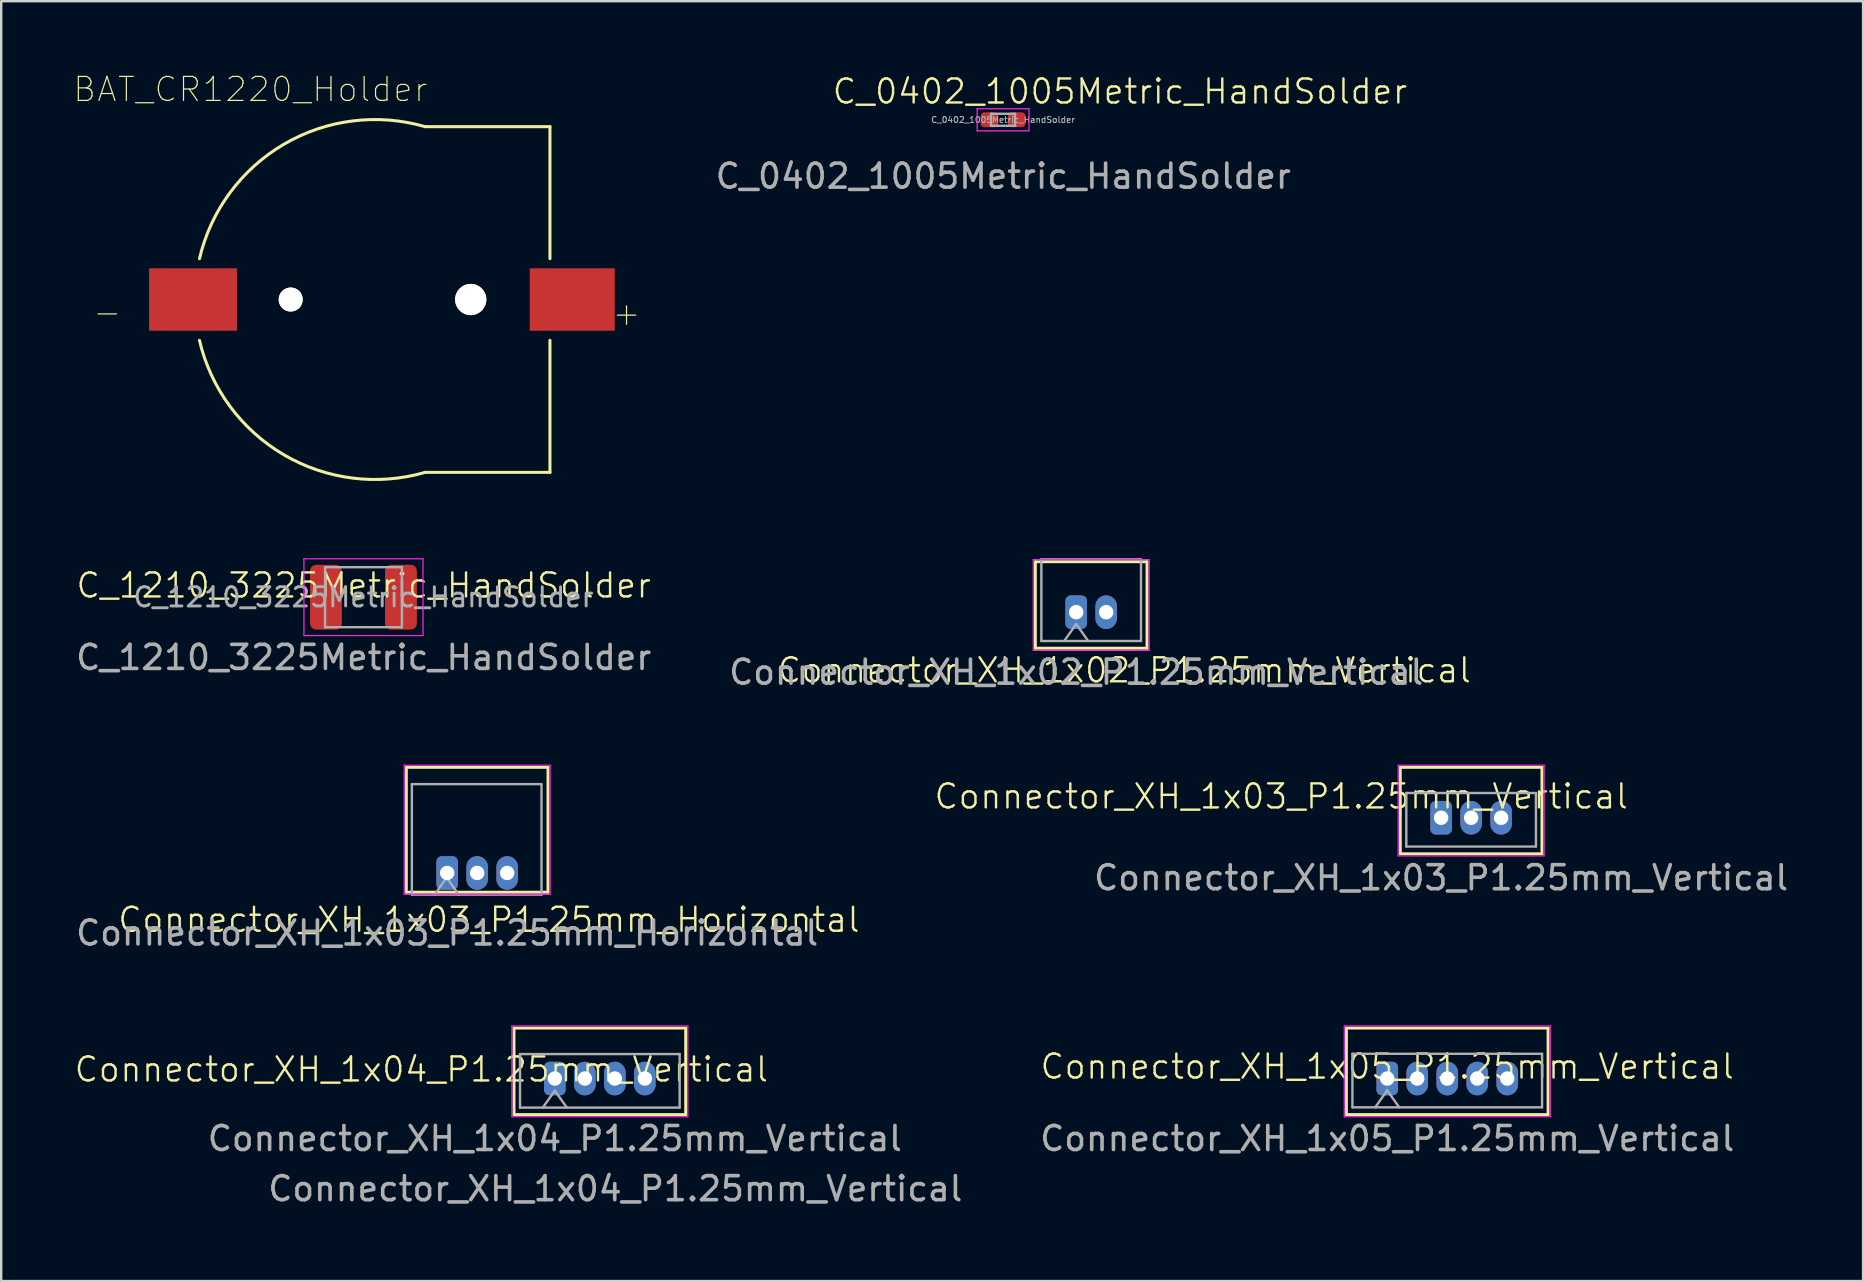
<source format=kicad_pcb>
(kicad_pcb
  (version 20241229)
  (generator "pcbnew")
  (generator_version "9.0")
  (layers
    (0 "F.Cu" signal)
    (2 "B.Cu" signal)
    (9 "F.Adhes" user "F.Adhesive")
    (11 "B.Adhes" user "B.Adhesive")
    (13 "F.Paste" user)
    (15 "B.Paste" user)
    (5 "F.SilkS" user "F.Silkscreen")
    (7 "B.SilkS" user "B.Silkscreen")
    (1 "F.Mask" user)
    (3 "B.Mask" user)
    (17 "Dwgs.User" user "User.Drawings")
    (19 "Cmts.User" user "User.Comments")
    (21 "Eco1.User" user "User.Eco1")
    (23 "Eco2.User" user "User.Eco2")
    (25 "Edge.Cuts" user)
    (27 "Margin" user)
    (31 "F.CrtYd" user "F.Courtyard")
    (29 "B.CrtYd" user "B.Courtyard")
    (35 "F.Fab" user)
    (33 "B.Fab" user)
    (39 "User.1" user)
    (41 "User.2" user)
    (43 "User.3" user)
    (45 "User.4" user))
  (footprint "Connector_XH_1x03_P1.25mm_Horizontal"
    (layer "F.Cu")
    (at 15.577 33.315)
    (property "Reference" "Connector_XH_1x03_P1.25mm_Horizontal" (at 1.74 1.95 0) (unlocked yes) (layer "F.SilkS") (effects (font (size 1 1) (thickness 0.1))))
    (attr through_hole)
    (fp_line (start -1.7 -4.4) (end 4.2 -4.4) (stroke (width 0.12) (type solid)) (layer "F.SilkS"))
    (fp_line (start -1.7 0.8) (end -1.7 -4.4) (stroke (width 0.12) (type solid)) (layer "F.SilkS"))
    (fp_line (start 4.2 -4.4) (end 4.2 0.8) (stroke (width 0.12) (type solid)) (layer "F.SilkS"))
    (fp_line (start 4.2 0.8) (end -1.7 0.8) (stroke (width 0.12) (type solid)) (layer "F.SilkS"))
    (fp_line (start -1.79 -4.49) (end -1.79 0.89) (stroke (width 0.05) (type solid)) (layer "F.CrtYd"))
    (fp_line (start 4.29 -4.49) (end -1.79 -4.49) (stroke (width 0.05) (type solid)) (layer "F.CrtYd"))
    (fp_line (start 4.29 0.89) (end -1.79 0.89) (stroke (width 0.05) (type solid)) (layer "F.CrtYd"))
    (fp_line (start 4.29 0.89) (end 4.29 -4.49) (stroke (width 0.05) (type solid)) (layer "F.CrtYd"))
    (fp_line (start -1.47 -3.7) (end -1.47 0.9) (stroke (width 0.1) (type solid)) (layer "F.Fab"))
    (fp_line (start -1.47 0.9) (end 3.93 0.9) (stroke (width 0.1) (type solid)) (layer "F.Fab"))
    (fp_line (start -0.52 0.9) (end -0.02 0.193) (stroke (width 0.1) (type solid)) (layer "F.Fab"))
    (fp_line (start -0.02 0.193) (end 0.48 0.9) (stroke (width 0.1) (type solid)) (layer "F.Fab"))
    (fp_line (start 3.93 -3.7) (end -1.47 -3.7) (stroke (width 0.1) (type solid)) (layer "F.Fab"))
    (fp_line (start 3.93 0.9) (end 3.93 -3.7) (stroke (width 0.1) (type solid)) (layer "F.Fab"))
    (fp_text user "${REFERENCE}" (at 0 2.5 0) (unlocked yes) (layer "F.Fab") (effects (font (size 1 1) (thickness 0.15))))
    (pad "1" thru_hole roundrect (at 0 0) (size 0.9 1.4) (drill 0.6) (layers "*.Cu" "*.Mask") (roundrect_rratio 0.25))
    (pad "2" thru_hole oval (at 1.25 0) (size 0.9 1.4) (drill 0.6) (layers "*.Cu" "*.Mask"))
    (pad "3" thru_hole oval (at 2.5 0) (size 0.9 1.4) (drill 0.6) (layers "*.Cu" "*.Mask")))
  (footprint "Connector_XH_1x04_P1.25mm_Vertical"
    (layer "F.Cu")
    (at 20.062 41.878)
    (property "Reference" "Connector_XH_1x04_P1.25mm_Vertical" (at -5.56 -0.38 0) (unlocked yes) (layer "F.SilkS") (effects (font (size 1 1) (thickness 0.1))))
    (attr through_hole)
    (fp_line (start -1.7 -2.1) (end -1.7 1.5) (stroke (width 0.12) (type solid)) (layer "F.SilkS"))
    (fp_line (start -1.7 1.5) (end 5.45 1.5) (stroke (width 0.12) (type solid)) (layer "F.SilkS"))
    (fp_line (start 5.45 -2.1) (end -1.7 -2.1) (stroke (width 0.12) (type solid)) (layer "F.SilkS"))
    (fp_line (start 5.45 1.5) (end 5.45 -2.1) (stroke (width 0.12) (type solid)) (layer "F.SilkS"))
    (fp_line (start -1.79 -2.19) (end -1.79 1.59) (stroke (width 0.05) (type solid)) (layer "F.CrtYd"))
    (fp_line (start -1.79 1.59) (end 5.54 1.59) (stroke (width 0.05) (type solid)) (layer "F.CrtYd"))
    (fp_line (start 5.54 -2.19) (end -1.79 -2.19) (stroke (width 0.05) (type solid)) (layer "F.CrtYd"))
    (fp_line (start 5.54 1.59) (end 5.54 -2.19) (stroke (width 0.05) (type solid)) (layer "F.CrtYd"))
    (fp_line (start -1.45 -1.02) (end -1.45 1.21) (stroke (width 0.1) (type solid)) (layer "F.Fab"))
    (fp_line (start -1.45 1.21) (end 5.2 1.21) (stroke (width 0.1) (type solid)) (layer "F.Fab"))
    (fp_line (start -0.5 1.21) (end 0 0.503) (stroke (width 0.1) (type solid)) (layer "F.Fab"))
    (fp_line (start 0 0.503) (end 0.5 1.21) (stroke (width 0.1) (type solid)) (layer "F.Fab"))
    (fp_line (start 5.2 -1.02) (end -1.45 -1.02) (stroke (width 0.1) (type solid)) (layer "F.Fab"))
    (fp_line (start 5.2 1.21) (end 5.2 -1.02) (stroke (width 0.1) (type solid)) (layer "F.Fab"))
    (fp_text user "${REFERENCE}" (at 0 2.5 0) (unlocked yes) (layer "F.Fab") (effects (font (size 1 1) (thickness 0.15))))
    (fp_text user "${REFERENCE}" (at 2.52 4.59 0) (layer "F.Fab") (effects (font (size 1 1) (thickness 0.15))))
    (pad "1" thru_hole roundrect (at 0 0) (size 0.9 1.4) (drill 0.6) (layers "*.Cu" "*.Mask") (roundrect_rratio 0.25))
    (pad "2" thru_hole oval (at 1.25 0) (size 0.9 1.4) (drill 0.6) (layers "*.Cu" "*.Mask"))
    (pad "3" thru_hole oval (at 2.5 0) (size 0.9 1.4) (drill 0.6) (layers "*.Cu" "*.Mask"))
    (pad "4" thru_hole oval (at 3.75 0) (size 0.9 1.4) (drill 0.6) (layers "*.Cu" "*.Mask")))
  (footprint "Connector_XH_1x05_P1.25mm_Vertical"
    (layer "F.Cu")
    (at 54.737 41.878)
    (property "Reference" "Connector_XH_1x05_P1.25mm_Vertical" (at 0 -0.5 0) (unlocked yes) (layer "F.SilkS") (effects (font (size 1 1) (thickness 0.1))))
    (attr through_hole)
    (fp_line (start -1.7 -2.1) (end -1.7 1.5) (stroke (width 0.12) (type solid)) (layer "F.SilkS"))
    (fp_line (start -1.7 1.5) (end 6.7 1.5) (stroke (width 0.12) (type solid)) (layer "F.SilkS"))
    (fp_line (start 6.7 -2.1) (end -1.7 -2.1) (stroke (width 0.12) (type solid)) (layer "F.SilkS"))
    (fp_line (start 6.7 1.5) (end 6.7 -2.1) (stroke (width 0.12) (type solid)) (layer "F.SilkS"))
    (fp_line (start -1.79 -2.19) (end -1.79 1.59) (stroke (width 0.05) (type solid)) (layer "F.CrtYd"))
    (fp_line (start -1.79 1.59) (end 6.79 1.59) (stroke (width 0.05) (type solid)) (layer "F.CrtYd"))
    (fp_line (start 6.79 -2.19) (end -1.79 -2.19) (stroke (width 0.05) (type solid)) (layer "F.CrtYd"))
    (fp_line (start 6.79 1.59) (end 6.79 -2.19) (stroke (width 0.05) (type solid)) (layer "F.CrtYd"))
    (fp_line (start -1.45 -1.03) (end -1.45 1.2) (stroke (width 0.1) (type solid)) (layer "F.Fab"))
    (fp_line (start -1.45 1.2) (end 6.45 1.2) (stroke (width 0.1) (type solid)) (layer "F.Fab"))
    (fp_line (start -0.5 1.2) (end 0 0.493) (stroke (width 0.1) (type solid)) (layer "F.Fab"))
    (fp_line (start 0 0.493) (end 0.5 1.2) (stroke (width 0.1) (type solid)) (layer "F.Fab"))
    (fp_line (start 6.45 -1.03) (end -1.45 -1.03) (stroke (width 0.1) (type solid)) (layer "F.Fab"))
    (fp_line (start 6.45 1.2) (end 6.45 -1.03) (stroke (width 0.1) (type solid)) (layer "F.Fab"))
    (fp_text user "${REFERENCE}" (at 0 2.5 0) (unlocked yes) (layer "F.Fab") (effects (font (size 1 1) (thickness 0.15))))
    (pad "1" thru_hole roundrect (at 0 0) (size 0.9 1.4) (drill 0.6) (layers "*.Cu" "*.Mask") (roundrect_rratio 0.25))
    (pad "2" thru_hole oval (at 1.25 0) (size 0.9 1.4) (drill 0.6) (layers "*.Cu" "*.Mask"))
    (pad "3" thru_hole oval (at 2.5 0) (size 0.9 1.4) (drill 0.6) (layers "*.Cu" "*.Mask"))
    (pad "4" thru_hole oval (at 3.75 0) (size 0.9 1.4) (drill 0.6) (layers "*.Cu" "*.Mask"))
    (pad "5" thru_hole oval (at 5 0) (size 0.9 1.4) (drill 0.6) (layers "*.Cu" "*.Mask")))
  (footprint "C_1210_3225Metric_HandSolder"
    (layer "F.Cu")
    (at 12.101 21.837)
    (property "Reference" "C_1210_3225Metric_HandSolder" (at 0 -0.5 0) (unlocked yes) (layer "F.SilkS") (effects (font (size 1 1) (thickness 0.1))))
    (attr smd)
    (fp_line (start -2.49 -1.61) (end 2.47 -1.61) (stroke (width 0.05) (type solid)) (layer "F.CrtYd"))
    (fp_line (start -2.49 1.59) (end -2.49 -1.61) (stroke (width 0.05) (type solid)) (layer "F.CrtYd"))
    (fp_line (start 2.47 -1.61) (end 2.47 1.59) (stroke (width 0.05) (type solid)) (layer "F.CrtYd"))
    (fp_line (start 2.47 1.59) (end -2.49 1.59) (stroke (width 0.05) (type solid)) (layer "F.CrtYd"))
    (fp_line (start -1.61 -1.26) (end 1.59 -1.26) (stroke (width 0.1) (type solid)) (layer "F.Fab"))
    (fp_line (start -1.61 1.24) (end -1.61 -1.26) (stroke (width 0.1) (type solid)) (layer "F.Fab"))
    (fp_line (start 1.59 -1.26) (end 1.59 1.24) (stroke (width 0.1) (type solid)) (layer "F.Fab"))
    (fp_line (start 1.59 1.24) (end -1.61 1.24) (stroke (width 0.1) (type solid)) (layer "F.Fab"))
    (fp_text user "${REFERENCE}" (at -0.01 -0.01 0) (layer "F.Fab") (effects (font (size 0.8 0.8) (thickness 0.12))))
    (fp_text user "${REFERENCE}" (at 0 2.5 0) (unlocked yes) (layer "F.Fab") (effects (font (size 1 1) (thickness 0.15))))
    (pad "1" smd roundrect (at -1.573 -0.01) (size 1.325 2.7) (layers "F.Cu" "F.Mask" "F.Paste") (roundrect_rratio 0.189))
    (pad "2" smd roundrect (at 1.552 -0.01) (size 1.325 2.7) (layers "F.Cu" "F.Mask" "F.Paste") (roundrect_rratio 0.189)))
  (footprint "Connector_XH_1x03_P1.25mm_Vertical"
    (layer "F.Cu")
    (at 56.982 31.015)
    (property "Reference" "Connector_XH_1x03_P1.25mm_Vertical" (at -6.66 -0.89 0) (unlocked yes) (layer "F.SilkS") (effects (font (size 1 1) (thickness 0.1))))
    (attr through_hole)
    (fp_line (start -1.7 -2.1) (end -1.7 1.5) (stroke (width 0.12) (type solid)) (layer "F.SilkS"))
    (fp_line (start -1.7 1.5) (end 4.2 1.5) (stroke (width 0.12) (type solid)) (layer "F.SilkS"))
    (fp_line (start 4.2 -2.1) (end -1.7 -2.1) (stroke (width 0.12) (type solid)) (layer "F.SilkS"))
    (fp_line (start 4.2 1.5) (end 4.2 -2.1) (stroke (width 0.12) (type solid)) (layer "F.SilkS"))
    (fp_line (start -1.79 -2.19) (end -1.79 1.59) (stroke (width 0.05) (type solid)) (layer "F.CrtYd"))
    (fp_line (start -1.79 1.59) (end 4.29 1.59) (stroke (width 0.05) (type solid)) (layer "F.CrtYd"))
    (fp_line (start 4.29 -2.19) (end -1.79 -2.19) (stroke (width 0.05) (type solid)) (layer "F.CrtYd"))
    (fp_line (start 4.29 1.59) (end 4.29 -2.19) (stroke (width 0.05) (type solid)) (layer "F.CrtYd"))
    (fp_line (start -1.45 -1.03) (end -1.45 1.2) (stroke (width 0.1) (type solid)) (layer "F.Fab"))
    (fp_line (start -1.45 1.2) (end 3.95 1.2) (stroke (width 0.1) (type solid)) (layer "F.Fab"))
    (fp_line (start 3.95 -1.03) (end -1.45 -1.03) (stroke (width 0.1) (type solid)) (layer "F.Fab"))
    (fp_line (start 3.95 1.2) (end 3.95 -1.03) (stroke (width 0.1) (type solid)) (layer "F.Fab"))
    (fp_text user "${REFERENCE}" (at 0 2.5 0) (unlocked yes) (layer "F.Fab") (effects (font (size 1 1) (thickness 0.15))))
    (pad "1" thru_hole roundrect (at 0 0) (size 0.9 1.4) (drill 0.6) (layers "*.Cu" "*.Mask") (roundrect_rratio 0.25))
    (pad "2" thru_hole oval (at 1.25 0) (size 0.9 1.4) (drill 0.6) (layers "*.Cu" "*.Mask"))
    (pad "3" thru_hole oval (at 2.5 0) (size 0.9 1.4) (drill 0.6) (layers "*.Cu" "*.Mask")))
  (footprint "BAT_CR1220_Holder"
    (layer "F.Cu")
    (at 12.559 9.427)
    (property "Reference" "BAT_CR1220_Holder" (at -5.179 -8.754 0) (layer "F.SilkS") (effects (font (size 1 1) (thickness 0.05))))
    (attr smd)
    (fp_line (start 2.1 -7.2) (end 7.3 -7.2) (stroke (width 0.127) (type solid)) (layer "F.SilkS"))
    (fp_line (start 2.1 7.2) (end 7.3 7.2) (stroke (width 0.127) (type solid)) (layer "F.SilkS"))
    (fp_line (start 7.3 -1.7) (end 7.3 -7.2) (stroke (width 0.127) (type solid)) (layer "F.SilkS"))
    (fp_line (start 7.3 1.7) (end 7.3 7.2) (stroke (width 0.127) (type solid)) (layer "F.SilkS"))
    (fp_arc (start -7.3 -1.699999) (mid -3.781493 -6.469279) (end 2.1 -7.2) (stroke (width 0.127) (type solid)) (layer "F.SilkS"))
    (fp_arc (start 2.100001 7.2) (mid -3.781493 6.46928) (end -7.3 1.7) (stroke (width 0.127) (type solid)) (layer "F.SilkS"))
    (fp_line (start -9.65 -1.55) (end -7.75 -1.55) (stroke (width 0.05) (type solid)) (layer "Eco1.User"))
    (fp_line (start -9.65 1.55) (end -9.65 -1.55) (stroke (width 0.05) (type solid)) (layer "Eco1.User"))
    (fp_line (start -7.75 -7.75) (end 7.75 -7.75) (stroke (width 0.05) (type solid)) (layer "Eco1.User"))
    (fp_line (start -7.75 -1.55) (end -7.75 -7.75) (stroke (width 0.05) (type solid)) (layer "Eco1.User"))
    (fp_line (start -7.75 1.55) (end -9.65 1.55) (stroke (width 0.05) (type solid)) (layer "Eco1.User"))
    (fp_line (start -7.75 7.75) (end -7.75 1.55) (stroke (width 0.05) (type solid)) (layer "Eco1.User"))
    (fp_line (start 7.75 -7.75) (end 7.75 -1.55) (stroke (width 0.05) (type solid)) (layer "Eco1.User"))
    (fp_line (start 7.75 -1.55) (end 10.25 -1.55) (stroke (width 0.05) (type solid)) (layer "Eco1.User"))
    (fp_line (start 7.75 1.55) (end 7.75 7.75) (stroke (width 0.05) (type solid)) (layer "Eco1.User"))
    (fp_line (start 7.75 7.75) (end -7.75 7.75) (stroke (width 0.05) (type solid)) (layer "Eco1.User"))
    (fp_line (start 10.25 -1.55) (end 10.25 1.55) (stroke (width 0.05) (type solid)) (layer "Eco1.User"))
    (fp_line (start 10.25 1.55) (end 7.75 1.55) (stroke (width 0.05) (type solid)) (layer "Eco1.User"))
    (fp_circle (center 0 0) (end 7.5 0) (stroke (width 0.127) (type solid)) (fill no) (layer "Eco2.User"))
    (fp_circle (center 0.01 0) (end 6.51 0) (stroke (width 0.127) (type solid)) (fill no) (layer "Eco2.User"))
    (fp_text user "+" (at 10.49 0.57 0) (layer "F.SilkS") (effects (font (size 1 1) (thickness 0.05))))
    (fp_text user "-" (at -11.14 0.52 0) (layer "F.SilkS") (effects (font (size 1 1) (thickness 0.05))))
    (pad "" np_thru_hole circle (at -3.5 0) (size 1 1) (drill 1) (layers "*.Cu" "*.Mask" "F.SilkS"))
    (pad "" np_thru_hole circle (at 4 0) (size 1.3 1.3) (drill 1.3) (layers "*.Cu" "*.Mask" "F.SilkS"))
    (pad "1" smd rect (at 8.23 0) (size 3.54 2.6) (layers "F.Cu" "F.Mask" "F.Paste"))
    (pad "2" smd rect (at -7.57 0) (size 3.66 2.6) (layers "F.Cu" "F.Mask" "F.Paste")))
  (footprint "Connector_XH_1x02_P1.25mm_Vertical"
    (layer "F.Cu")
    (at 41.78 22.452)
    (property "Reference" "Connector_XH_1x02_P1.25mm_Vertical" (at 2 2.42 0) (unlocked yes) (layer "F.SilkS") (effects (font (size 1 1) (thickness 0.1))))
    (attr through_hole)
    (fp_line (start -1.7 -2.1) (end -1.7 1.5) (stroke (width 0.12) (type solid)) (layer "F.SilkS"))
    (fp_line (start -1.7 1.5) (end 2.95 1.5) (stroke (width 0.12) (type solid)) (layer "F.SilkS"))
    (fp_line (start 2.95 -2.1) (end -1.7 -2.1) (stroke (width 0.12) (type solid)) (layer "F.SilkS"))
    (fp_line (start 2.95 1.5) (end 2.95 -2.1) (stroke (width 0.12) (type solid)) (layer "F.SilkS"))
    (fp_line (start -1.79 -2.19) (end -1.79 1.59) (stroke (width 0.05) (type solid)) (layer "F.CrtYd"))
    (fp_line (start -1.79 1.59) (end 3.04 1.59) (stroke (width 0.05) (type solid)) (layer "F.CrtYd"))
    (fp_line (start 3.04 -2.19) (end -1.79 -2.19) (stroke (width 0.05) (type solid)) (layer "F.CrtYd"))
    (fp_line (start 3.04 1.59) (end 3.04 -2.19) (stroke (width 0.05) (type solid)) (layer "F.CrtYd"))
    (fp_line (start -1.45 -2.2) (end -1.45 1.2) (stroke (width 0.1) (type solid)) (layer "F.Fab"))
    (fp_line (start -1.45 1.2) (end 2.7 1.2) (stroke (width 0.1) (type solid)) (layer "F.Fab"))
    (fp_line (start -0.5 1.2) (end 0 0.493) (stroke (width 0.1) (type solid)) (layer "F.Fab"))
    (fp_line (start 0 0.493) (end 0.5 1.2) (stroke (width 0.1) (type solid)) (layer "F.Fab"))
    (fp_line (start 2.7 -2.2) (end -1.45 -2.2) (stroke (width 0.1) (type solid)) (layer "F.Fab"))
    (fp_line (start 2.7 1.2) (end 2.7 -2.2) (stroke (width 0.1) (type solid)) (layer "F.Fab"))
    (fp_text user "${REFERENCE}" (at 0 2.5 0) (unlocked yes) (layer "F.Fab") (effects (font (size 1 1) (thickness 0.15))))
    (pad "1" thru_hole roundrect (at 0 0) (size 0.9 1.4) (drill 0.6) (layers "*.Cu" "*.Mask") (roundrect_rratio 0.25))
    (pad "2" thru_hole oval (at 1.25 0) (size 0.9 1.4) (drill 0.6) (layers "*.Cu" "*.Mask")))
  (footprint "C_0402_1005Metric_HandSolder"
    (layer "F.Cu")
    (at 38.744 1.79)
    (property "Reference" "C_0402_1005Metric_HandSolder" (at 4.86 -1.03 0) (unlocked yes) (layer "F.SilkS") (effects (font (size 1 1) (thickness 0.1))))
    (attr smd)
    (fp_line (start -1.09 -0.31) (end 1.07 -0.31) (stroke (width 0.05) (type solid)) (layer "F.CrtYd"))
    (fp_line (start -1.09 0.61) (end -1.09 -0.31) (stroke (width 0.05) (type solid)) (layer "F.CrtYd"))
    (fp_line (start 1.07 -0.31) (end 1.07 0.61) (stroke (width 0.05) (type solid)) (layer "F.CrtYd"))
    (fp_line (start 1.07 0.61) (end -1.09 0.61) (stroke (width 0.05) (type solid)) (layer "F.CrtYd"))
    (fp_line (start -0.51 -0.1) (end 0.49 -0.1) (stroke (width 0.1) (type solid)) (layer "F.Fab"))
    (fp_line (start -0.51 0.4) (end -0.51 -0.1) (stroke (width 0.1) (type solid)) (layer "F.Fab"))
    (fp_line (start 0.49 -0.1) (end 0.49 0.4) (stroke (width 0.1) (type solid)) (layer "F.Fab"))
    (fp_line (start 0.49 0.4) (end -0.51 0.4) (stroke (width 0.1) (type solid)) (layer "F.Fab"))
    (fp_text user "${REFERENCE}" (at 0 2.5 0) (unlocked yes) (layer "F.Fab") (effects (font (size 1 1) (thickness 0.15))))
    (fp_text user "${REFERENCE}" (at -0.01 0.15 0) (layer "F.Fab") (effects (font (size 0.25 0.25) (thickness 0.04))))
    (pad "1" smd roundrect (at -0.578 0.15) (size 0.735 0.62) (layers "F.Cu" "F.Mask" "F.Paste") (roundrect_rratio 0.25))
    (pad "2" smd roundrect (at 0.557 0.15) (size 0.735 0.62) (layers "F.Cu" "F.Mask" "F.Paste") (roundrect_rratio 0.25)))
  (gr_rect
    (start -3 -3)
    (end 74.56 50.316)
    (stroke (width 0.1) (type default))
    (fill no)
    (layer "Edge.Cuts")))
</source>
